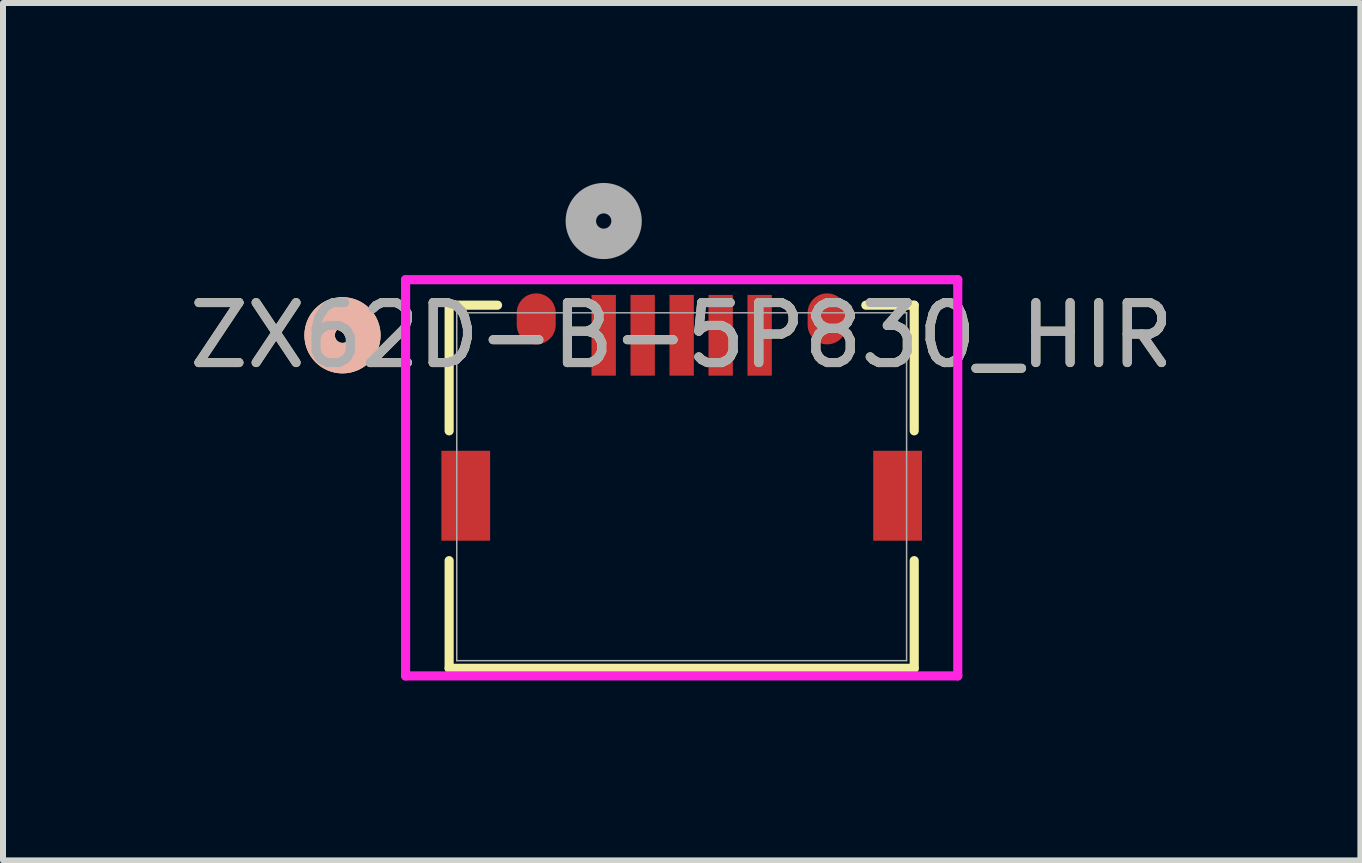
<source format=kicad_pcb>
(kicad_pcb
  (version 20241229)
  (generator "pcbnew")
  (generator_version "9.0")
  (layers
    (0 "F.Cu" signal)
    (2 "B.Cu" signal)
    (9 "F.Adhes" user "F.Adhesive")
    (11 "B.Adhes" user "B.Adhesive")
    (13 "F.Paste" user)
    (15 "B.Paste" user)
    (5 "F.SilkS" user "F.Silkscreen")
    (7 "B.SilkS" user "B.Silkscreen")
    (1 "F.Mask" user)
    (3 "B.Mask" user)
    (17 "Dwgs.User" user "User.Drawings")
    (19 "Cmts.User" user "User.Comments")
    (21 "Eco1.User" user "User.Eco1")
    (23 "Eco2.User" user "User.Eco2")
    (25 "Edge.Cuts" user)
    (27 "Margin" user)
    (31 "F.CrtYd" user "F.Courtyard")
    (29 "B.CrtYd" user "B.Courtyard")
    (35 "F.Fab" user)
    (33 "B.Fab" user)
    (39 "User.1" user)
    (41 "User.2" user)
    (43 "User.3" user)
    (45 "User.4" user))
  (footprint "ZX62D-B-5P830_HIR"
    (layer "F.Cu")
    (at 8.315 5.065)
    (property "Reference" "ZX62D-B-5P830_HIR" (at 0 -2.525 0) (unlocked yes) (layer "F.SilkS") (effects (font (size 1 1) (thickness 0.15))))
    (attr smd)
    (fp_line (start -3.877 -3.027) (end -3.877 -0.932) (stroke (width 0.152) (type solid)) (layer "F.SilkS"))
    (fp_line (start -3.877 1.232) (end -3.877 3.027) (stroke (width 0.152) (type solid)) (layer "F.SilkS"))
    (fp_line (start -3.877 3.027) (end 3.877 3.027) (stroke (width 0.152) (type solid)) (layer "F.SilkS"))
    (fp_line (start -3.07 -3.027) (end -3.877 -3.027) (stroke (width 0.152) (type solid)) (layer "F.SilkS"))
    (fp_line (start 3.877 -3.027) (end 3.07 -3.027) (stroke (width 0.152) (type solid)) (layer "F.SilkS"))
    (fp_line (start 3.877 -0.932) (end 3.877 -3.027) (stroke (width 0.152) (type solid)) (layer "F.SilkS"))
    (fp_line (start 3.877 3.027) (end 3.877 1.232) (stroke (width 0.152) (type solid)) (layer "F.SilkS"))
    (fp_circle (center -5.655 -2.525) (end -5.274 -2.525) (stroke (width 0.508) (type solid)) (fill no) (layer "F.SilkS"))
    (fp_circle (center -5.655 -2.525) (end -5.274 -2.525) (stroke (width 0.508) (type solid)) (fill no) (layer "B.SilkS"))
    (fp_line (start -4.603 -3.452) (end -4.603 3.154) (stroke (width 0.152) (type solid)) (layer "F.CrtYd"))
    (fp_line (start -4.603 3.154) (end 4.603 3.154) (stroke (width 0.152) (type solid)) (layer "F.CrtYd"))
    (fp_line (start 4.603 -3.452) (end -4.603 -3.452) (stroke (width 0.152) (type solid)) (layer "F.CrtYd"))
    (fp_line (start 4.603 3.154) (end 4.603 -3.452) (stroke (width 0.152) (type solid)) (layer "F.CrtYd"))
    (fp_line (start -3.75 -2.9) (end -3.75 2.9) (stroke (width 0.025) (type solid)) (layer "F.Fab"))
    (fp_line (start -3.75 2.9) (end 3.75 2.9) (stroke (width 0.025) (type solid)) (layer "F.Fab"))
    (fp_line (start 3.75 -2.9) (end -3.75 -2.9) (stroke (width 0.025) (type solid)) (layer "F.Fab"))
    (fp_line (start 3.75 2.9) (end 3.75 -2.9) (stroke (width 0.025) (type solid)) (layer "F.Fab"))
    (fp_circle (center -1.3 -4.43) (end -0.919 -4.43) (stroke (width 0.508) (type solid)) (fill no) (layer "F.Fab"))
    (fp_text user "${REFERENCE}" (at 0 -2.525 0) (unlocked yes) (layer "F.Fab") (effects (font (size 1 1) (thickness 0.15))))
    (pad "1" smd rect (at -1.3 -2.525) (size 0.406 1.346) (layers "F.Cu" "F.Mask" "F.Paste"))
    (pad "2" smd rect (at -0.65 -2.525) (size 0.406 1.346) (layers "F.Cu" "F.Mask" "F.Paste"))
    (pad "3" smd rect (at 0 -2.525) (size 0.406 1.346) (layers "F.Cu" "F.Mask" "F.Paste"))
    (pad "4" smd rect (at 0.65 -2.525) (size 0.406 1.346) (layers "F.Cu" "F.Mask" "F.Paste"))
    (pad "5" smd rect (at 1.3 -2.525) (size 0.406 1.346) (layers "F.Cu" "F.Mask" "F.Paste"))
    (pad "6" smd oval (at -2.425 -2.799 90) (size 0.85 0.65) (layers "F.Cu" "F.Mask" "F.Paste"))
    (pad "7" smd oval (at 2.425 -2.799 90) (size 0.85 0.65) (layers "F.Cu" "F.Mask" "F.Paste"))
    (pad "8" smd rect (at -3.6 0.15 90) (size 1.499 0.813) (layers "F.Cu" "F.Mask" "F.Paste"))
    (pad "9" smd rect (at 3.6 0.15 90) (size 1.499 0.813) (layers "F.Cu" "F.Mask" "F.Paste")))
  (gr_rect
    (start -3 -3)
    (end 19.631 11.295)
    (stroke (width 0.1) (type default))
    (fill no)
    (layer "Edge.Cuts")))
</source>
